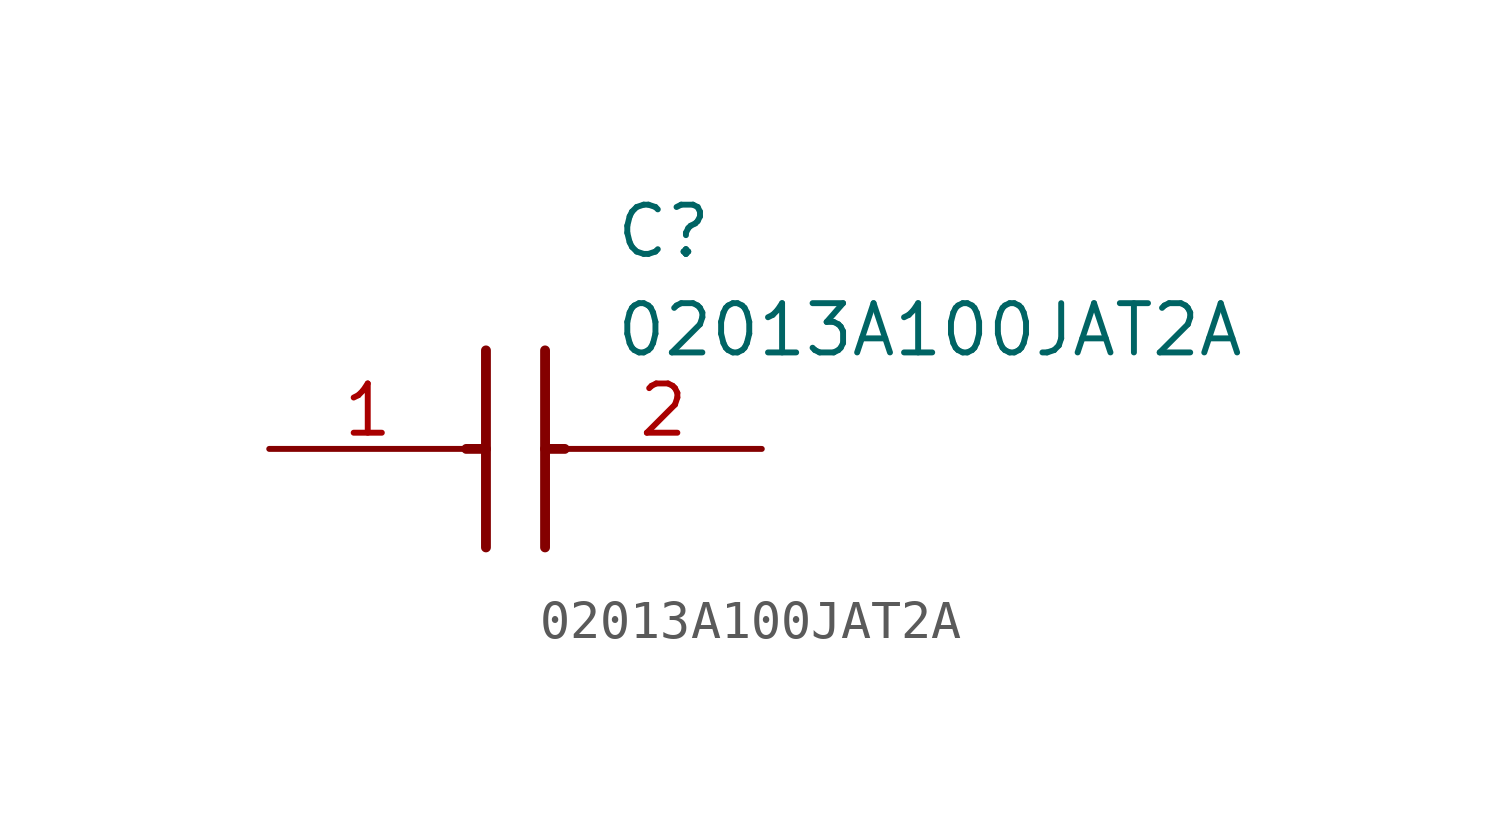
<source format=kicad_sym>
(kicad_symbol_lib
  (version 20211014)
  (generator SamacSys_ECAD_Model)
  (symbol "02013A100JAT2A"
    (pin_names hide)
    (property "Reference" "C"
      (at 8.89 6.35 0)
      (effects (font (size 1.27 1.27)) (justify left top)))
    (property "Value" "02013A100JAT2A"
      (at 8.89 3.81 0)
      (effects (font (size 1.27 1.27)) (justify left top)))
    (polyline
      (pts (xy 5.588 2.54) (xy 5.588 -2.54))
      (stroke (width 0.254) (type default))
      (fill (type none)))
    (polyline
      (pts (xy 7.112 2.54) (xy 7.112 -2.54))
      (stroke (width 0.254) (type default))
      (fill (type none)))
    (polyline
      (pts (xy 5.08 0) (xy 5.588 0))
      (stroke (width 0.254) (type default))
      (fill (type none)))
    (polyline
      (pts (xy 7.112 0) (xy 7.62 0))
      (stroke (width 0.254) (type default))
      (fill (type none)))
    (pin passive line
      (at 0 0 0)
      (length 5.08)
      (name "1" (effects (font (size 1.27 1.27))))
      (number "1" (effects (font (size 1.27 1.27)))))
    (pin passive line
      (at 12.7 0 180)
      (length 5.08)
      (name "2" (effects (font (size 1.27 1.27))))
      (number "2" (effects (font (size 1.27 1.27)))))))
</source>
